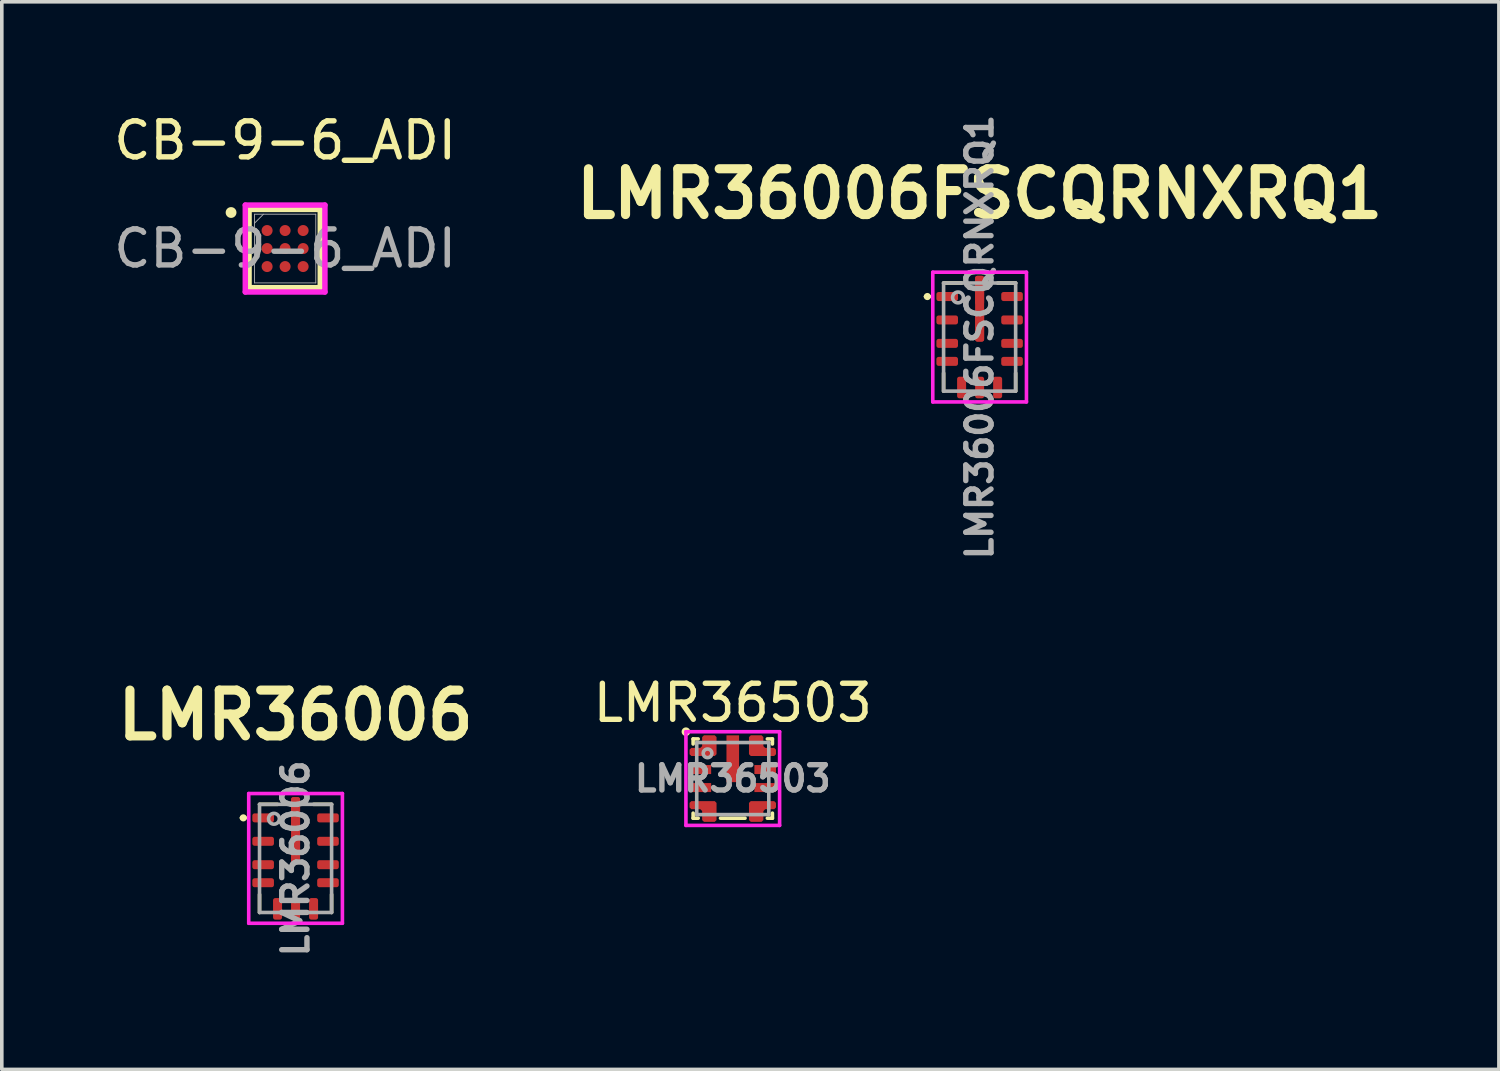
<source format=kicad_pcb>
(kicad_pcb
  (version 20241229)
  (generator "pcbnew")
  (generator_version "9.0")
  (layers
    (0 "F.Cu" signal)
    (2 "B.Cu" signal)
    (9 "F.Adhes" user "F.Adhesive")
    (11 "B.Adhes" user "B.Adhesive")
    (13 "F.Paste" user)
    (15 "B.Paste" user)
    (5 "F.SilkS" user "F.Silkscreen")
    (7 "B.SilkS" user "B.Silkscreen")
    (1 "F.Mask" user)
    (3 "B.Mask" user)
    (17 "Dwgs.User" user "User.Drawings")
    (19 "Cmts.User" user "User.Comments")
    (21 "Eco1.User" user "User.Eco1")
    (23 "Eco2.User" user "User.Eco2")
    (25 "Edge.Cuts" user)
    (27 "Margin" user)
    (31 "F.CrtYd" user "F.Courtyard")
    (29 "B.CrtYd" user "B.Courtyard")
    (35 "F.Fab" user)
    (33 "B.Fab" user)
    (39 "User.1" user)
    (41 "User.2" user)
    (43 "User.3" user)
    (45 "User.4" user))
  (footprint "LMR36006FSCQRNXRQ1"
    (layer "F.Cu")
    (at 24.138 6.305)
    (property "Reference" "LMR36006FSCQRNXRQ1" (at 0 -3.975 0) (layer "F.SilkS") (effects (font (size 1.27 1.27) (thickness 0.254))))
    (attr smd)
    (fp_line (start -1.5 -1.125) (end -1.5 -1.125) (stroke (width 0.1) (type solid)) (layer "F.SilkS"))
    (fp_line (start -1.4 -1.125) (end -1.4 -1.125) (stroke (width 0.1) (type solid)) (layer "F.SilkS"))
    (fp_line (start -1 -1.5) (end -0.5 -1.5) (stroke (width 0.1) (type solid)) (layer "F.SilkS"))
    (fp_line (start -1 1) (end -1 1.5) (stroke (width 0.1) (type solid)) (layer "F.SilkS"))
    (fp_line (start 1 -1.5) (end 0.5 -1.5) (stroke (width 0.1) (type solid)) (layer "F.SilkS"))
    (fp_line (start 1 1) (end 1 1.5) (stroke (width 0.1) (type solid)) (layer "F.SilkS"))
    (fp_arc (start -1.5 -1.125) (mid -1.45 -1.175) (end -1.4 -1.125) (stroke (width 0.1) (type solid)) (layer "F.SilkS"))
    (fp_arc (start -1.4 -1.125) (mid -1.45 -1.075) (end -1.5 -1.125) (stroke (width 0.1) (type solid)) (layer "F.SilkS"))
    (fp_line (start -1.3 -1.8) (end 1.3 -1.8) (stroke (width 0.1) (type solid)) (layer "F.CrtYd"))
    (fp_line (start -1.3 1.8) (end -1.3 -1.8) (stroke (width 0.1) (type solid)) (layer "F.CrtYd"))
    (fp_line (start 1.3 -1.8) (end 1.3 1.8) (stroke (width 0.1) (type solid)) (layer "F.CrtYd"))
    (fp_line (start 1.3 1.8) (end -1.3 1.8) (stroke (width 0.1) (type solid)) (layer "F.CrtYd"))
    (fp_line (start -1 -1.5) (end 1 -1.5) (stroke (width 0.1) (type solid)) (layer "F.Fab"))
    (fp_line (start -1 1.5) (end -1 -1.5) (stroke (width 0.1) (type solid)) (layer "F.Fab"))
    (fp_line (start 1 -1.5) (end 1 1.5) (stroke (width 0.1) (type solid)) (layer "F.Fab"))
    (fp_line (start 1 1.5) (end -1 1.5) (stroke (width 0.1) (type solid)) (layer "F.Fab"))
    (fp_circle (center -0.6 -1.1) (end -0.45 -1.1) (stroke (width 0.1) (type solid)) (fill no) (layer "F.Fab"))
    (fp_text user "${REFERENCE}" (at 0 0 90) (layer "F.Fab") (effects (font (size 0.7 0.7) (thickness 0.15) (bold yes))))
    (pad "1" smd roundrect (at -0.9 -1.125 90) (size 0.25 0.6) (layers "F.Cu" "F.Mask" "F.Paste") (roundrect_rratio 0.25))
    (pad "2" smd roundrect (at -0.9 -0.475 90) (size 0.25 0.6) (layers "F.Cu" "F.Mask" "F.Paste") (roundrect_rratio 0.25))
    (pad "3" smd roundrect (at -0.9 0.175 90) (size 0.25 0.6) (layers "F.Cu" "F.Mask" "F.Paste") (roundrect_rratio 0.25))
    (pad "4" smd roundrect (at -0.9 0.675 90) (size 0.25 0.6) (layers "F.Cu" "F.Mask" "F.Paste") (roundrect_rratio 0.25))
    (pad "5" smd roundrect (at -0.5 1.4) (size 0.25 0.6) (layers "F.Cu" "F.Mask" "F.Paste") (roundrect_rratio 0.25))
    (pad "6" smd roundrect (at 0 1.4) (size 0.25 0.6) (layers "F.Cu" "F.Mask" "F.Paste") (roundrect_rratio 0.25))
    (pad "7" smd roundrect (at 0.5 1.4) (size 0.25 0.6) (layers "F.Cu" "F.Mask" "F.Paste") (roundrect_rratio 0.25))
    (pad "8" smd roundrect (at 0.9 0.675 90) (size 0.25 0.6) (layers "F.Cu" "F.Mask" "F.Paste") (roundrect_rratio 0.25))
    (pad "9" smd roundrect (at 0.9 0.175 90) (size 0.25 0.6) (layers "F.Cu" "F.Mask" "F.Paste") (roundrect_rratio 0.25))
    (pad "10" smd roundrect (at 0.9 -0.475 90) (size 0.25 0.6) (layers "F.Cu" "F.Mask" "F.Paste") (roundrect_rratio 0.25))
    (pad "11" smd roundrect (at 0.9 -1.125 90) (size 0.25 0.6) (layers "F.Cu" "F.Mask" "F.Paste") (roundrect_rratio 0.25))
    (pad "12" smd roundrect (at 0 -1.295) (size 0.25 0.81) (layers "F.Cu" "F.Paste") (roundrect_rratio 0.25))
    (pad "12" smd roundrect (at 0 -0.788) (size 0.25 1.825) (layers "F.Cu" "F.Mask") (roundrect_rratio 0.25))
    (pad "12" smd roundrect (at 0 -0.28) (size 0.25 0.81) (layers "F.Cu" "F.Paste") (roundrect_rratio 0.25)))
  (footprint "LMR36006"
    (layer "F.Cu")
    (at 5.153 20.774)
    (property "Reference" "LMR36006" (at 0 -3.975 0) (layer "F.SilkS") (effects (font (size 1.27 1.27) (thickness 0.254))))
    (attr smd)
    (fp_line (start -1.5 -1.125) (end -1.5 -1.125) (stroke (width 0.1) (type solid)) (layer "F.SilkS"))
    (fp_line (start -1.4 -1.125) (end -1.4 -1.125) (stroke (width 0.1) (type solid)) (layer "F.SilkS"))
    (fp_line (start -1 -1.5) (end -0.5 -1.5) (stroke (width 0.1) (type solid)) (layer "F.SilkS"))
    (fp_line (start -1 1) (end -1 1.5) (stroke (width 0.1) (type solid)) (layer "F.SilkS"))
    (fp_line (start 1 -1.5) (end 0.5 -1.5) (stroke (width 0.1) (type solid)) (layer "F.SilkS"))
    (fp_line (start 1 1) (end 1 1.5) (stroke (width 0.1) (type solid)) (layer "F.SilkS"))
    (fp_arc (start -1.5 -1.125) (mid -1.45 -1.175) (end -1.4 -1.125) (stroke (width 0.1) (type solid)) (layer "F.SilkS"))
    (fp_arc (start -1.4 -1.125) (mid -1.45 -1.075) (end -1.5 -1.125) (stroke (width 0.1) (type solid)) (layer "F.SilkS"))
    (fp_line (start -1.3 -1.8) (end 1.3 -1.8) (stroke (width 0.1) (type solid)) (layer "F.CrtYd"))
    (fp_line (start -1.3 1.8) (end -1.3 -1.8) (stroke (width 0.1) (type solid)) (layer "F.CrtYd"))
    (fp_line (start 1.3 -1.8) (end 1.3 1.8) (stroke (width 0.1) (type solid)) (layer "F.CrtYd"))
    (fp_line (start 1.3 1.8) (end -1.3 1.8) (stroke (width 0.1) (type solid)) (layer "F.CrtYd"))
    (fp_line (start -1 -1.5) (end 1 -1.5) (stroke (width 0.1) (type solid)) (layer "F.Fab"))
    (fp_line (start -1 1.5) (end -1 -1.5) (stroke (width 0.1) (type solid)) (layer "F.Fab"))
    (fp_line (start 1 -1.5) (end 1 1.5) (stroke (width 0.1) (type solid)) (layer "F.Fab"))
    (fp_line (start 1 1.5) (end -1 1.5) (stroke (width 0.1) (type solid)) (layer "F.Fab"))
    (fp_circle (center -0.6 -1.1) (end -0.45 -1.1) (stroke (width 0.1) (type solid)) (fill no) (layer "F.Fab"))
    (fp_text user "${REFERENCE}" (at 0 0 90) (layer "F.Fab") (effects (font (size 0.7 0.7) (thickness 0.15) (bold yes))))
    (pad "1" smd roundrect (at -0.9 -1.125 90) (size 0.25 0.6) (layers "F.Cu" "F.Mask" "F.Paste") (roundrect_rratio 0.25))
    (pad "2" smd roundrect (at -0.9 -0.475 90) (size 0.25 0.6) (layers "F.Cu" "F.Mask" "F.Paste") (roundrect_rratio 0.25))
    (pad "3" smd roundrect (at -0.9 0.175 90) (size 0.25 0.6) (layers "F.Cu" "F.Mask" "F.Paste") (roundrect_rratio 0.25))
    (pad "4" smd roundrect (at -0.9 0.675 90) (size 0.25 0.6) (layers "F.Cu" "F.Mask" "F.Paste") (roundrect_rratio 0.25))
    (pad "5" smd roundrect (at -0.5 1.4) (size 0.25 0.6) (layers "F.Cu" "F.Mask" "F.Paste") (roundrect_rratio 0.25))
    (pad "6" smd roundrect (at 0 1.4) (size 0.25 0.6) (layers "F.Cu" "F.Mask" "F.Paste") (roundrect_rratio 0.25))
    (pad "7" smd roundrect (at 0.5 1.4) (size 0.25 0.6) (layers "F.Cu" "F.Mask" "F.Paste") (roundrect_rratio 0.25))
    (pad "8" smd roundrect (at 0.9 0.675 90) (size 0.25 0.6) (layers "F.Cu" "F.Mask" "F.Paste") (roundrect_rratio 0.25))
    (pad "9" smd roundrect (at 0.9 0.175 90) (size 0.25 0.6) (layers "F.Cu" "F.Mask" "F.Paste") (roundrect_rratio 0.25))
    (pad "10" smd roundrect (at 0.9 -0.475 90) (size 0.25 0.6) (layers "F.Cu" "F.Mask" "F.Paste") (roundrect_rratio 0.25))
    (pad "11" smd roundrect (at 0.9 -1.125 90) (size 0.25 0.6) (layers "F.Cu" "F.Mask" "F.Paste") (roundrect_rratio 0.25))
    (pad "12" smd roundrect (at 0 -1.295) (size 0.25 0.81) (layers "F.Cu" "F.Paste") (roundrect_rratio 0.25))
    (pad "12" smd roundrect (at 0 -0.788) (size 0.25 1.825) (layers "F.Cu" "F.Mask") (roundrect_rratio 0.25))
    (pad "12" smd roundrect (at 0 -0.28) (size 0.25 0.81) (layers "F.Cu" "F.Paste") (roundrect_rratio 0.25)))
  (footprint "CB-9-6_ADI"
    (layer "F.Cu")
    (at 4.863 3.848)
    (property "Reference" "CB-9-6_ADI" (at 0 -3 0) (unlocked yes) (layer "F.SilkS") (effects (font (size 1 1) (thickness 0.15))))
    (attr smd)
    (fp_line (start -1 -1.085) (end -1 1.085) (stroke (width 0.15) (type solid)) (layer "F.SilkS"))
    (fp_line (start 0.975 -1.085) (end -0.975 -1.085) (stroke (width 0.15) (type solid)) (layer "F.SilkS"))
    (fp_line (start 0.975 -1.085) (end 0.975 1.085) (stroke (width 0.15) (type solid)) (layer "F.SilkS"))
    (fp_line (start 0.975 1.085) (end -0.975 1.085) (stroke (width 0.15) (type solid)) (layer "F.SilkS"))
    (fp_circle (center -1.5 -1) (end -1.4 -1) (stroke (width 0.1) (type solid)) (fill yes) (layer "F.SilkS"))
    (fp_line (start -1.105 -1.206) (end 1.105 -1.206) (stroke (width 0.152) (type solid)) (layer "F.CrtYd"))
    (fp_line (start -1.105 1.206) (end -1.105 -1.206) (stroke (width 0.152) (type solid)) (layer "F.CrtYd"))
    (fp_line (start 1.105 -1.206) (end 1.105 1.206) (stroke (width 0.152) (type solid)) (layer "F.CrtYd"))
    (fp_line (start 1.105 1.206) (end -1.105 1.206) (stroke (width 0.152) (type solid)) (layer "F.CrtYd"))
    (fp_line (start -0.851 -0.953) (end -0.851 0.953) (stroke (width 0.025) (type solid)) (layer "F.Fab"))
    (fp_line (start -0.851 0.953) (end 0.851 0.953) (stroke (width 0.025) (type solid)) (layer "F.Fab"))
    (fp_line (start -0.601 -0.953) (end -0.851 -0.703) (stroke (width 0.025) (type solid)) (layer "F.Fab"))
    (fp_line (start 0.851 -0.953) (end -0.851 -0.953) (stroke (width 0.025) (type solid)) (layer "F.Fab"))
    (fp_line (start 0.851 0.953) (end 0.851 -0.953) (stroke (width 0.025) (type solid)) (layer "F.Fab"))
    (fp_text user "${REFERENCE}" (at 0 0 0) (unlocked yes) (layer "F.Fab") (effects (font (size 1 1) (thickness 0.15))))
    (pad "A1" smd circle (at -0.5 -0.5) (size 0.305 0.305) (layers "F.Cu" "F.Mask" "F.Paste"))
    (pad "A2" smd circle (at 0 -0.5) (size 0.305 0.305) (layers "F.Cu" "F.Mask" "F.Paste"))
    (pad "A3" smd circle (at 0.5 -0.5) (size 0.305 0.305) (layers "F.Cu" "F.Mask" "F.Paste"))
    (pad "B1" smd circle (at -0.5 0) (size 0.305 0.305) (layers "F.Cu" "F.Mask" "F.Paste"))
    (pad "B2" smd circle (at 0 0) (size 0.305 0.305) (layers "F.Cu" "F.Mask" "F.Paste"))
    (pad "B3" smd circle (at 0.5 0) (size 0.305 0.305) (layers "F.Cu" "F.Mask" "F.Paste"))
    (pad "C1" smd circle (at -0.5 0.5) (size 0.305 0.305) (layers "F.Cu" "F.Mask" "F.Paste"))
    (pad "C2" smd circle (at 0 0.5) (size 0.305 0.305) (layers "F.Cu" "F.Mask" "F.Paste"))
    (pad "C3" smd circle (at 0.5 0.5) (size 0.305 0.305) (layers "F.Cu" "F.Mask" "F.Paste")))
  (footprint "LMR36503"
    (layer "F.Cu")
    (at 17.287 18.558)
    (property "Reference" "LMR36503" (at 0 -2.1 0) (unlocked yes) (layer "F.SilkS") (effects (font (size 1 1) (thickness 0.15))))
    (attr smd)
    (fp_poly (pts (xy -1.236 -0.64) (xy -1.242 -0.647) (xy -1.247 -0.656) (xy -1.25 -0.666) (xy -1.251 -0.675) (xy -1.251 -0.801) (xy -1.25 -0.81) (xy -1.247 -0.82) (xy -1.242 -0.829) (xy -1.236 -0.836) (xy -1.186 -0.886) (xy -1.178 -0.893) (xy -1.169 -0.897) (xy -1.16 -0.9) (xy -1.15 -0.901) (xy -0.921 -0.901) (xy -0.901 -0.922) (xy -0.901 -1.151) (xy -0.9 -1.16) (xy -0.897 -1.17) (xy -0.892 -1.179) (xy -0.886 -1.186) (xy -0.836 -1.236) (xy -0.828 -1.243) (xy -0.819 -1.247) (xy -0.81 -1.25) (xy -0.8 -1.251) (xy -0.5 -1.251) (xy -0.49 -1.25) (xy -0.481 -1.247) (xy -0.472 -1.243) (xy -0.464 -1.236) (xy -0.414 -1.186) (xy -0.408 -1.179) (xy -0.403 -1.17) (xy -0.4 -1.16) (xy -0.399 -1.151) (xy -0.399 -0.675) (xy -0.4 -0.666) (xy -0.403 -0.656) (xy -0.408 -0.647) (xy -0.414 -0.64) (xy -0.464 -0.59) (xy -0.472 -0.583) (xy -0.481 -0.579) (xy -0.49 -0.576) (xy -0.5 -0.575) (xy -1.15 -0.575) (xy -1.16 -0.576) (xy -1.169 -0.579) (xy -1.178 -0.583) (xy -1.186 -0.59)) (stroke (width 0) (type solid)) (fill yes) (layer "F.Mask"))
    (fp_poly (pts (xy -1.236 0.64) (xy -1.186 0.59) (xy -1.178 0.583) (xy -1.169 0.579) (xy -1.16 0.576) (xy -1.15 0.575) (xy -0.5 0.575) (xy -0.49 0.576) (xy -0.481 0.579) (xy -0.472 0.583) (xy -0.464 0.59) (xy -0.414 0.64) (xy -0.408 0.647) (xy -0.403 0.656) (xy -0.4 0.666) (xy -0.399 0.675) (xy -0.399 1.151) (xy -0.4 1.16) (xy -0.403 1.17) (xy -0.408 1.179) (xy -0.414 1.186) (xy -0.464 1.236) (xy -0.472 1.243) (xy -0.481 1.247) (xy -0.49 1.25) (xy -0.5 1.251) (xy -0.8 1.251) (xy -0.81 1.25) (xy -0.819 1.247) (xy -0.828 1.243) (xy -0.836 1.236) (xy -0.886 1.186) (xy -0.892 1.179) (xy -0.897 1.17) (xy -0.9 1.16) (xy -0.901 1.151) (xy -0.901 0.922) (xy -0.921 0.901) (xy -1.15 0.901) (xy -1.16 0.9) (xy -1.169 0.897) (xy -1.178 0.893) (xy -1.186 0.886) (xy -1.236 0.836) (xy -1.242 0.829) (xy -1.247 0.82) (xy -1.25 0.81) (xy -1.251 0.801) (xy -1.251 0.675) (xy -1.25 0.666) (xy -1.247 0.656) (xy -1.242 0.647)) (stroke (width 0) (type solid)) (fill yes) (layer "F.Mask"))
    (fp_poly (pts (xy 1.236 -0.64) (xy 1.186 -0.59) (xy 1.178 -0.583) (xy 1.169 -0.579) (xy 1.16 -0.576) (xy 1.15 -0.575) (xy 0.5 -0.575) (xy 0.49 -0.576) (xy 0.481 -0.579) (xy 0.472 -0.583) (xy 0.464 -0.59) (xy 0.414 -0.64) (xy 0.408 -0.647) (xy 0.403 -0.656) (xy 0.4 -0.666) (xy 0.399 -0.675) (xy 0.399 -1.151) (xy 0.4 -1.16) (xy 0.403 -1.17) (xy 0.408 -1.179) (xy 0.414 -1.186) (xy 0.464 -1.236) (xy 0.472 -1.243) (xy 0.481 -1.247) (xy 0.49 -1.25) (xy 0.5 -1.251) (xy 0.8 -1.251) (xy 0.81 -1.25) (xy 0.819 -1.247) (xy 0.828 -1.243) (xy 0.836 -1.236) (xy 0.886 -1.186) (xy 0.892 -1.179) (xy 0.897 -1.17) (xy 0.9 -1.16) (xy 0.901 -1.151) (xy 0.901 -0.922) (xy 0.921 -0.901) (xy 1.15 -0.901) (xy 1.16 -0.9) (xy 1.169 -0.897) (xy 1.178 -0.893) (xy 1.186 -0.886) (xy 1.236 -0.836) (xy 1.242 -0.829) (xy 1.247 -0.82) (xy 1.25 -0.81) (xy 1.251 -0.801) (xy 1.251 -0.675) (xy 1.25 -0.666) (xy 1.247 -0.656) (xy 1.242 -0.647)) (stroke (width 0) (type solid)) (fill yes) (layer "F.Mask"))
    (fp_poly (pts (xy 1.236 0.64) (xy 1.242 0.647) (xy 1.247 0.656) (xy 1.25 0.666) (xy 1.251 0.675) (xy 1.251 0.801) (xy 1.25 0.81) (xy 1.247 0.82) (xy 1.242 0.829) (xy 1.236 0.836) (xy 1.186 0.886) (xy 1.178 0.893) (xy 1.169 0.897) (xy 1.16 0.9) (xy 1.15 0.901) (xy 0.921 0.901) (xy 0.901 0.922) (xy 0.901 1.151) (xy 0.9 1.16) (xy 0.897 1.17) (xy 0.892 1.179) (xy 0.886 1.186) (xy 0.836 1.236) (xy 0.828 1.243) (xy 0.819 1.247) (xy 0.81 1.25) (xy 0.8 1.251) (xy 0.5 1.251) (xy 0.49 1.25) (xy 0.481 1.247) (xy 0.472 1.243) (xy 0.464 1.236) (xy 0.414 1.186) (xy 0.408 1.179) (xy 0.403 1.17) (xy 0.4 1.16) (xy 0.399 1.151) (xy 0.399 0.675) (xy 0.4 0.666) (xy 0.403 0.656) (xy 0.408 0.647) (xy 0.414 0.64) (xy 0.464 0.59) (xy 0.472 0.583) (xy 0.481 0.579) (xy 0.49 0.576) (xy 0.5 0.575) (xy 1.15 0.575) (xy 1.16 0.576) (xy 1.169 0.579) (xy 1.178 0.583) (xy 1.186 0.59)) (stroke (width 0) (type solid)) (fill yes) (layer "F.Mask"))
    (fp_line (start -1.1 -0.96) (end -1.1 -1.1) (stroke (width 0.1) (type default)) (layer "F.SilkS"))
    (fp_line (start -1.1 0.96) (end -1.1 1.1) (stroke (width 0.1) (type default)) (layer "F.SilkS"))
    (fp_line (start -0.96 -1.1) (end -1.1 -1.1) (stroke (width 0.1) (type default)) (layer "F.SilkS"))
    (fp_line (start -0.96 1.1) (end -1.1 1.1) (stroke (width 0.1) (type default)) (layer "F.SilkS"))
    (fp_line (start -0.34 1.1) (end 0.34 1.1) (stroke (width 0.1) (type default)) (layer "F.SilkS"))
    (fp_line (start 0.96 -1.1) (end 1.1 -1.1) (stroke (width 0.1) (type default)) (layer "F.SilkS"))
    (fp_line (start 0.96 1.1) (end 1.1 1.1) (stroke (width 0.1) (type default)) (layer "F.SilkS"))
    (fp_line (start 1.1 -1.1) (end 1.1 -0.96) (stroke (width 0.1) (type default)) (layer "F.SilkS"))
    (fp_line (start 1.1 0.96) (end 1.1 1.1) (stroke (width 0.1) (type default)) (layer "F.SilkS"))
    (fp_circle (center -1.3 -1.3) (end -1.23 -1.3) (stroke (width 0.1) (type solid)) (fill yes) (layer "F.SilkS"))
    (fp_poly (pts (xy -0.175 0.05) (xy -0.125 0.1) (xy 0.125 0.1) (xy 0.175 0.05) (xy 0.175 -0.4) (xy 0.125 -0.45) (xy -0.125 -0.45) (xy -0.175 -0.4)) (stroke (width 0) (type solid)) (fill yes) (layer "F.Paste"))
    (fp_poly (pts (xy 0.175 -1.15) (xy 0.125 -1.2) (xy -0.125 -1.2) (xy -0.175 -1.15) (xy -0.175 -0.7) (xy -0.125 -0.65) (xy 0.125 -0.65) (xy 0.175 -0.7)) (stroke (width 0) (type solid)) (fill yes) (layer "F.Paste"))
    (fp_poly (pts (xy 0.175 -1.15) (xy 0.125 -1.2) (xy -0.125 -1.2) (xy -0.175 -1.15) (xy -0.175 -0.7) (xy -0.125 -0.65) (xy 0.125 -0.65) (xy 0.175 -0.7)) (stroke (width 0) (type solid)) (fill yes) (layer "F.Paste"))
    (fp_poly (pts (xy -1.2 0.675) (xy -1.15 0.625) (xy -0.5 0.625) (xy -0.45 0.675) (xy -0.45 1.151) (xy -0.5 1.201) (xy -0.8 1.201) (xy -0.85 1.151) (xy -0.85 0.901) (xy -0.9 0.851) (xy -1.15 0.851) (xy -1.2 0.801)) (stroke (width 0) (type solid)) (fill yes) (layer "F.Paste"))
    (fp_poly (pts (xy -1.15 -0.851) (xy -1.2 -0.8) (xy -1.2 -0.675) (xy -1.15 -0.626) (xy -0.5 -0.626) (xy -0.45 -0.675) (xy -0.45 -1.075) (xy -0.5 -1.126) (xy -0.8 -1.126) (xy -0.85 -1.076) (xy -0.85 -0.901) (xy -0.9 -0.851)) (stroke (width 0) (type solid)) (fill yes) (layer "F.Paste"))
    (fp_poly (pts (xy 1.15 -0.851) (xy 1.2 -0.8) (xy 1.2 -0.675) (xy 1.15 -0.626) (xy 0.5 -0.626) (xy 0.45 -0.675) (xy 0.45 -1.075) (xy 0.5 -1.126) (xy 0.8 -1.126) (xy 0.85 -1.076) (xy 0.85 -0.901) (xy 0.9 -0.851)) (stroke (width 0) (type solid)) (fill yes) (layer "F.Paste"))
    (fp_line (start -1.3 -1.3) (end 1.3 -1.3) (stroke (width 0.1) (type solid)) (layer "F.CrtYd"))
    (fp_line (start -1.3 1.3) (end -1.3 -1.3) (stroke (width 0.1) (type solid)) (layer "F.CrtYd"))
    (fp_line (start 1.3 -1.3) (end 1.3 1.3) (stroke (width 0.1) (type solid)) (layer "F.CrtYd"))
    (fp_line (start 1.3 1.3) (end -1.3 1.3) (stroke (width 0.1) (type solid)) (layer "F.CrtYd"))
    (fp_line (start -1 -1) (end 1 -1) (stroke (width 0.1) (type solid)) (layer "F.Fab"))
    (fp_line (start -1 1) (end -1 -1) (stroke (width 0.1) (type solid)) (layer "F.Fab"))
    (fp_line (start -1 1) (end 1 1) (stroke (width 0.1) (type solid)) (layer "F.Fab"))
    (fp_line (start 1 1) (end 1 -1) (stroke (width 0.1) (type solid)) (layer "F.Fab"))
    (fp_circle (center -0.7 -0.7) (end -0.58 -0.7) (stroke (width 0.1) (type solid)) (fill no) (layer "F.Fab"))
    (fp_text user "${REFERENCE}" (at 0 0 0) (unlocked yes) (layer "F.Fab") (effects (font (size 0.7 0.7) (thickness 0.15))))
    (pad "1" smd custom (at -0.65 -0.8) (size 0.25 0.201) (layers "F.Cu" "F.Mask" "F.Paste") (options (anchor rect)) (primitives (gr_poly (pts (xy -0.55 0.124) (xy -0.55 -0.001) (xy -0.5 -0.051) (xy -0.25 -0.051) (xy -0.2 -0.101) (xy -0.2 -0.351) (xy -0.15 -0.401) (xy 0.15 -0.401) (xy 0.2 -0.351) (xy 0.2 0.124) (xy 0.15 0.174) (xy -0.5 0.174)) (width 0) (fill yes))))
    (pad "2" smd rect (at -0.9 -0.25) (size 0.6 0.25) (layers "F.Cu" "F.Mask" "F.Paste"))
    (pad "3" smd rect (at -0.9 0.25) (size 0.6 0.25) (layers "F.Cu" "F.Mask" "F.Paste"))
    (pad "4" smd custom (at -0.7 0.8) (size 0.2 0.2) (layers "F.Cu" "F.Mask" "F.Paste") (options (anchor rect)) (primitives (gr_poly (pts (xy -0.5 -0.124) (xy -0.5 0.001) (xy -0.45 0.051) (xy -0.2 0.051) (xy -0.15 0.101) (xy -0.15 0.351) (xy -0.1 0.401) (xy 0.2 0.401) (xy 0.25 0.351) (xy 0.25 -0.124) (xy 0.2 -0.174) (xy -0.45 -0.174)) (width 0) (fill yes))))
    (pad "5" smd custom (at 0.7 0.8) (size 0.2 0.2) (layers "F.Cu" "F.Mask" "F.Paste") (options (anchor rect)) (primitives (gr_poly (pts (xy 0.5 -0.124) (xy 0.5 0.001) (xy 0.45 0.051) (xy 0.2 0.051) (xy 0.15 0.101) (xy 0.15 0.351) (xy 0.1 0.401) (xy -0.2 0.401) (xy -0.25 0.351) (xy -0.25 -0.124) (xy -0.2 -0.174) (xy 0.45 -0.174)) (width 0) (fill yes))))
    (pad "6" smd rect (at 0.9 0.25) (size 0.6 0.25) (layers "F.Cu" "F.Mask" "F.Paste"))
    (pad "7" smd rect (at 0.9 -0.25) (size 0.6 0.25) (layers "F.Cu" "F.Mask" "F.Paste"))
    (pad "8" smd custom (at 0.7 -0.8) (size 0.2 0.2) (layers "F.Cu" "F.Mask" "F.Paste") (options (anchor rect)) (primitives (gr_poly (pts (xy 0.5 0.124) (xy 0.5 -0.001) (xy 0.45 -0.051) (xy 0.2 -0.051) (xy 0.15 -0.101) (xy 0.15 -0.351) (xy 0.1 -0.401) (xy -0.2 -0.401) (xy -0.25 -0.351) (xy -0.25 0.124) (xy -0.2 0.174) (xy 0.45 0.174)) (width 0) (fill yes))))
    (pad "9" smd rect (at 0 -0.55) (size 0.35 1.3) (layers "F.Cu" "F.Mask")))
  (gr_rect
    (start -3 -3)
    (end 38.55 26.629)
    (stroke (width 0.1) (type default))
    (fill no)
    (layer "Edge.Cuts")))
</source>
